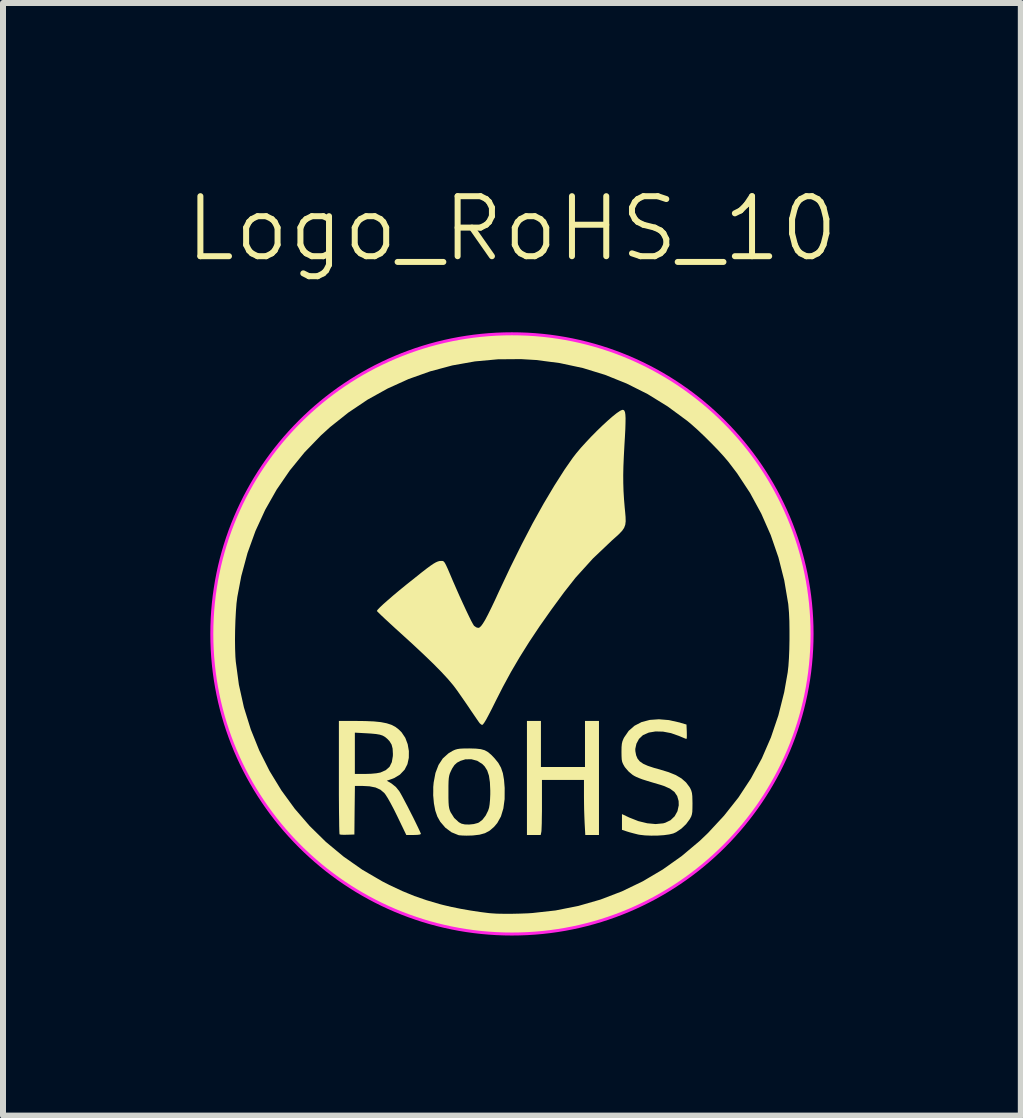
<source format=kicad_pcb>
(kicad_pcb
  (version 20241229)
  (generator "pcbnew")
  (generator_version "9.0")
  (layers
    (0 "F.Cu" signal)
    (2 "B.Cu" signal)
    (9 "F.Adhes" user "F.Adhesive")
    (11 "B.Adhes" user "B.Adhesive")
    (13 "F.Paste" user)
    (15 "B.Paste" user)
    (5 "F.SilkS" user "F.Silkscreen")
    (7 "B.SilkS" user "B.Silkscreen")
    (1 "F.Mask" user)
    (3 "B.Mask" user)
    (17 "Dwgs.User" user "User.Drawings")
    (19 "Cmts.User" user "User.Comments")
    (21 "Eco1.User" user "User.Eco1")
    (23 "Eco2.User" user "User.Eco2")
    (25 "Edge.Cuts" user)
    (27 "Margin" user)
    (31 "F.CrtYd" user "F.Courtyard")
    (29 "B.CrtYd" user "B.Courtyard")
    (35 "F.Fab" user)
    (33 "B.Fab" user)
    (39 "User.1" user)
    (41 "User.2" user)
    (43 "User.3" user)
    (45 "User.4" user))
  (footprint "Logo_RoHS_10"
    (layer "F.Cu")
    (at 5.479 7.511)
    (property "Reference" "Logo_RoHS_10" (at 0 -6.75 0) (unlocked yes) (layer "F.SilkS") (effects (font (size 1 1) (thickness 0.1))))
    (attr smd exclude_from_pos_files exclude_from_bom)
    (fp_poly (pts (xy 0.483 1.833) (xy 0.483 2.217) (xy 0.85 2.217) (xy 1.217 2.217) (xy 1.217 1.833) (xy 1.217 1.45) (xy 1.333 1.45) (xy 1.45 1.45) (xy 1.45 2.4) (xy 1.45 3.35) (xy 1.336 3.35) (xy 1.222 3.35) (xy 1.211 3.147) (xy 1.207 3.052) (xy 1.203 2.937) (xy 1.201 2.816) (xy 1.2 2.703) (xy 1.2 2.689) (xy 1.2 2.433) (xy 0.85 2.433) (xy 0.5 2.433) (xy 0.5 2.84) (xy 0.5 2.956) (xy 0.498 3.063) (xy 0.497 3.157) (xy 0.494 3.231) (xy 0.492 3.281) (xy 0.49 3.298) (xy 0.479 3.35) (xy 0.365 3.35) (xy 0.25 3.35) (xy 0.25 2.4) (xy 0.25 1.45) (xy 0.367 1.45) (xy 0.483 1.45)) (stroke (width 0) (type solid)) (fill yes) (layer "F.SilkS"))
    (fp_poly (pts (xy -0.601 1.911) (xy -0.519 1.92) (xy -0.454 1.938) (xy -0.397 1.97) (xy -0.34 2.019) (xy -0.288 2.074) (xy -0.227 2.149) (xy -0.182 2.23) (xy -0.151 2.321) (xy -0.132 2.431) (xy -0.121 2.566) (xy -0.121 2.571) (xy -0.122 2.753) (xy -0.143 2.908) (xy -0.183 3.041) (xy -0.244 3.151) (xy -0.299 3.216) (xy -0.371 3.278) (xy -0.449 3.32) (xy -0.539 3.345) (xy -0.651 3.358) (xy -0.679 3.359) (xy -0.756 3.361) (xy -0.825 3.359) (xy -0.876 3.355) (xy -0.892 3.352) (xy -1.007 3.305) (xy -1.109 3.229) (xy -1.194 3.13) (xy -1.243 3.043) (xy -1.277 2.944) (xy -1.3 2.823) (xy -1.312 2.689) (xy -1.311 2.63) (xy -1.058 2.63) (xy -1.058 2.633) (xy -1.058 2.735) (xy -1.056 2.809) (xy -1.052 2.864) (xy -1.045 2.905) (xy -1.035 2.94) (xy -1.022 2.971) (xy -0.962 3.066) (xy -0.885 3.137) (xy -0.842 3.161) (xy -0.786 3.174) (xy -0.713 3.176) (xy -0.636 3.168) (xy -0.569 3.15) (xy -0.549 3.141) (xy -0.491 3.096) (xy -0.438 3.027) (xy -0.397 2.945) (xy -0.381 2.896) (xy -0.372 2.841) (xy -0.365 2.764) (xy -0.361 2.674) (xy -0.361 2.608) (xy -0.367 2.472) (xy -0.383 2.362) (xy -0.412 2.275) (xy -0.455 2.207) (xy -0.492 2.169) (xy -0.578 2.114) (xy -0.676 2.088) (xy -0.777 2.09) (xy -0.858 2.115) (xy -0.916 2.146) (xy -0.958 2.185) (xy -0.995 2.241) (xy -1.02 2.292) (xy -1.035 2.327) (xy -1.045 2.362) (xy -1.052 2.403) (xy -1.056 2.456) (xy -1.058 2.53) (xy -1.058 2.63) (xy -1.311 2.63) (xy -1.311 2.551) (xy -1.304 2.475) (xy -1.274 2.316) (xy -1.223 2.183) (xy -1.152 2.075) (xy -1.058 1.99) (xy -0.986 1.947) (xy -0.948 1.93) (xy -0.91 1.919) (xy -0.864 1.912) (xy -0.802 1.909) (xy -0.715 1.908) (xy -0.708 1.908)) (stroke (width 0) (type solid)) (fill yes) (layer "F.SilkS"))
    (fp_poly (pts (xy -2.612 1.45) (xy -2.442 1.452) (xy -2.3 1.458) (xy -2.183 1.47) (xy -2.087 1.489) (xy -2.009 1.514) (xy -1.943 1.548) (xy -1.886 1.592) (xy -1.838 1.64) (xy -1.777 1.731) (xy -1.737 1.837) (xy -1.717 1.951) (xy -1.718 2.065) (xy -1.741 2.17) (xy -1.787 2.26) (xy -1.789 2.263) (xy -1.866 2.344) (xy -1.96 2.401) (xy -2.004 2.418) (xy -2.085 2.446) (xy -2.008 2.491) (xy -1.934 2.55) (xy -1.876 2.622) (xy -1.853 2.661) (xy -1.82 2.721) (xy -1.78 2.797) (xy -1.735 2.882) (xy -1.689 2.973) (xy -1.643 3.063) (xy -1.601 3.149) (xy -1.565 3.223) (xy -1.537 3.283) (xy -1.52 3.321) (xy -1.517 3.333) (xy -1.532 3.342) (xy -1.574 3.348) (xy -1.636 3.35) (xy -1.638 3.35) (xy -1.76 3.35) (xy -1.912 3.034) (xy -1.968 2.921) (xy -2.021 2.821) (xy -2.067 2.739) (xy -2.105 2.679) (xy -2.126 2.651) (xy -2.191 2.596) (xy -2.272 2.559) (xy -2.373 2.539) (xy -2.486 2.533) (xy -2.616 2.533) (xy -2.621 2.938) (xy -2.625 3.342) (xy -2.742 3.346) (xy -2.802 3.347) (xy -2.848 3.345) (xy -2.871 3.34) (xy -2.872 3.34) (xy -2.874 3.321) (xy -2.876 3.272) (xy -2.878 3.196) (xy -2.879 3.096) (xy -2.881 2.975) (xy -2.882 2.835) (xy -2.883 2.68) (xy -2.883 2.513) (xy -2.883 2.389) (xy -2.883 1.989) (xy -2.617 1.989) (xy -2.617 2.333) (xy -2.445 2.333) (xy -2.346 2.33) (xy -2.259 2.322) (xy -2.194 2.31) (xy -2.19 2.309) (xy -2.102 2.27) (xy -2.039 2.214) (xy -2.001 2.136) (xy -1.984 2.035) (xy -1.983 2) (xy -1.988 1.911) (xy -2.005 1.844) (xy -2.039 1.788) (xy -2.078 1.747) (xy -2.114 1.717) (xy -2.152 1.695) (xy -2.2 1.679) (xy -2.264 1.668) (xy -2.35 1.66) (xy -2.416 1.656) (xy -2.617 1.645) (xy -2.617 1.989) (xy -2.883 1.989) (xy -2.883 1.45)) (stroke (width 0) (type solid)) (fill yes) (layer "F.SilkS"))
    (fp_poly (pts (xy 2.616 1.436) (xy 2.798 1.477) (xy 2.809 1.481) (xy 2.908 1.51) (xy 2.913 1.63) (xy 2.914 1.688) (xy 2.913 1.731) (xy 2.908 1.75) (xy 2.908 1.75) (xy 2.888 1.744) (xy 2.847 1.727) (xy 2.792 1.704) (xy 2.783 1.7) (xy 2.65 1.653) (xy 2.518 1.628) (xy 2.392 1.625) (xy 2.28 1.644) (xy 2.186 1.685) (xy 2.18 1.689) (xy 2.117 1.749) (xy 2.074 1.829) (xy 2.055 1.916) (xy 2.056 1.953) (xy 2.069 2.022) (xy 2.092 2.077) (xy 2.129 2.123) (xy 2.186 2.163) (xy 2.264 2.198) (xy 2.37 2.233) (xy 2.458 2.257) (xy 2.609 2.303) (xy 2.73 2.352) (xy 2.826 2.409) (xy 2.901 2.475) (xy 2.959 2.552) (xy 2.972 2.575) (xy 2.988 2.611) (xy 2.999 2.651) (xy 3.005 2.703) (xy 3.007 2.775) (xy 3.008 2.825) (xy 3.007 2.907) (xy 3.005 2.965) (xy 2.998 3.007) (xy 2.987 3.041) (xy 2.968 3.077) (xy 2.963 3.086) (xy 2.901 3.17) (xy 2.822 3.245) (xy 2.736 3.303) (xy 2.687 3.325) (xy 2.62 3.341) (xy 2.531 3.353) (xy 2.427 3.36) (xy 2.319 3.361) (xy 2.217 3.357) (xy 2.13 3.347) (xy 2.102 3.342) (xy 2.03 3.324) (xy 1.956 3.304) (xy 1.914 3.291) (xy 1.833 3.264) (xy 1.833 3.133) (xy 1.833 3.002) (xy 1.954 3.059) (xy 2.106 3.119) (xy 2.254 3.155) (xy 2.394 3.168) (xy 2.52 3.156) (xy 2.555 3.146) (xy 2.642 3.104) (xy 2.711 3.038) (xy 2.758 2.953) (xy 2.779 2.856) (xy 2.777 2.784) (xy 2.753 2.701) (xy 2.707 2.633) (xy 2.633 2.578) (xy 2.531 2.533) (xy 2.476 2.515) (xy 2.35 2.478) (xy 2.251 2.448) (xy 2.175 2.424) (xy 2.117 2.402) (xy 2.072 2.383) (xy 2.035 2.364) (xy 2.007 2.346) (xy 1.945 2.294) (xy 1.89 2.231) (xy 1.875 2.21) (xy 1.852 2.169) (xy 1.837 2.133) (xy 1.829 2.092) (xy 1.826 2.036) (xy 1.825 1.968) (xy 1.826 1.889) (xy 1.831 1.832) (xy 1.841 1.789) (xy 1.858 1.747) (xy 1.87 1.724) (xy 1.945 1.615) (xy 2.042 1.53) (xy 2.16 1.469) (xy 2.296 1.433) (xy 2.448 1.422)) (stroke (width 0) (type solid)) (fill yes) (layer "F.SilkS"))
    (fp_poly (pts (xy 1.861 -3.73) (xy 1.874 -3.717) (xy 1.884 -3.692) (xy 1.89 -3.652) (xy 1.893 -3.594) (xy 1.892 -3.514) (xy 1.889 -3.409) (xy 1.882 -3.277) (xy 1.874 -3.143) (xy 1.864 -2.954) (xy 1.857 -2.79) (xy 1.854 -2.645) (xy 1.855 -2.511) (xy 1.859 -2.38) (xy 1.867 -2.247) (xy 1.879 -2.102) (xy 1.885 -2.042) (xy 1.893 -1.949) (xy 1.895 -1.876) (xy 1.888 -1.818) (xy 1.869 -1.767) (xy 1.836 -1.718) (xy 1.784 -1.663) (xy 1.711 -1.597) (xy 1.664 -1.555) (xy 1.35 -1.257) (xy 1.061 -0.938) (xy 0.869 -0.694) (xy 0.655 -0.402) (xy 0.462 -0.128) (xy 0.288 0.133) (xy 0.13 0.385) (xy -0.016 0.634) (xy -0.151 0.883) (xy -0.27 1.117) (xy -0.335 1.248) (xy -0.388 1.35) (xy -0.429 1.427) (xy -0.461 1.479) (xy -0.483 1.508) (xy -0.498 1.517) (xy -0.518 1.505) (xy -0.537 1.488) (xy -0.554 1.465) (xy -0.586 1.419) (xy -0.629 1.356) (xy -0.681 1.28) (xy -0.729 1.208) (xy -0.791 1.118) (xy -0.853 1.029) (xy -0.91 0.947) (xy -0.958 0.882) (xy -0.983 0.85) (xy -1.066 0.752) (xy -1.175 0.634) (xy -1.31 0.497) (xy -1.471 0.342) (xy -1.657 0.168) (xy -1.846 -0.004) (xy -1.943 -0.092) (xy -2.032 -0.174) (xy -2.11 -0.246) (xy -2.173 -0.305) (xy -2.219 -0.35) (xy -2.245 -0.376) (xy -2.25 -0.383) (xy -2.237 -0.403) (xy -2.201 -0.441) (xy -2.144 -0.495) (xy -2.068 -0.562) (xy -1.977 -0.641) (xy -1.873 -0.728) (xy -1.759 -0.821) (xy -1.725 -0.848) (xy -1.602 -0.946) (xy -1.502 -1.026) (xy -1.422 -1.088) (xy -1.358 -1.135) (xy -1.308 -1.169) (xy -1.268 -1.192) (xy -1.236 -1.206) (xy -1.208 -1.214) (xy -1.182 -1.216) (xy -1.172 -1.216) (xy -1.152 -1.215) (xy -1.136 -1.206) (xy -1.119 -1.185) (xy -1.099 -1.148) (xy -1.072 -1.09) (xy -1.036 -1.006) (xy -0.982 -0.879) (xy -0.926 -0.751) (xy -0.87 -0.624) (xy -0.815 -0.504) (xy -0.764 -0.394) (xy -0.718 -0.298) (xy -0.68 -0.22) (xy -0.65 -0.165) (xy -0.632 -0.136) (xy -0.631 -0.135) (xy -0.594 -0.109) (xy -0.561 -0.1) (xy -0.54 -0.107) (xy -0.514 -0.131) (xy -0.484 -0.172) (xy -0.446 -0.234) (xy -0.401 -0.319) (xy -0.347 -0.428) (xy -0.282 -0.564) (xy -0.218 -0.704) (xy -0.028 -1.107) (xy 0.16 -1.487) (xy 0.345 -1.842) (xy 0.527 -2.169) (xy 0.705 -2.468) (xy 0.877 -2.738) (xy 1.013 -2.933) (xy 1.074 -3.012) (xy 1.148 -3.1) (xy 1.232 -3.192) (xy 1.321 -3.287) (xy 1.414 -3.381) (xy 1.506 -3.47) (xy 1.595 -3.552) (xy 1.675 -3.622) (xy 1.745 -3.678) (xy 1.801 -3.716) (xy 1.838 -3.733) (xy 1.844 -3.733)) (stroke (width 0) (type solid)) (fill yes) (layer "F.SilkS"))
    (fp_poly (pts (xy 0.137 -4.991) (xy 0.256 -4.989) (xy 0.354 -4.987) (xy 0.439 -4.982) (xy 0.517 -4.976) (xy 0.595 -4.967) (xy 0.679 -4.955) (xy 0.7 -4.952) (xy 1.111 -4.874) (xy 1.508 -4.765) (xy 1.891 -4.627) (xy 2.258 -4.46) (xy 2.609 -4.265) (xy 2.942 -4.042) (xy 3.258 -3.792) (xy 3.553 -3.515) (xy 3.829 -3.213) (xy 4.014 -2.979) (xy 4.24 -2.648) (xy 4.437 -2.304) (xy 4.605 -1.947) (xy 4.743 -1.581) (xy 4.852 -1.207) (xy 4.931 -0.826) (xy 4.98 -0.442) (xy 4.999 -0.055) (xy 4.989 0.333) (xy 4.949 0.719) (xy 4.879 1.101) (xy 4.778 1.478) (xy 4.648 1.848) (xy 4.488 2.209) (xy 4.297 2.558) (xy 4.187 2.733) (xy 4.04 2.947) (xy 3.89 3.143) (xy 3.727 3.331) (xy 3.545 3.522) (xy 3.534 3.534) (xy 3.23 3.814) (xy 2.91 4.065) (xy 2.572 4.289) (xy 2.219 4.483) (xy 1.849 4.648) (xy 1.463 4.784) (xy 1.061 4.89) (xy 0.7 4.959) (xy 0.609 4.97) (xy 0.492 4.979) (xy 0.348 4.986) (xy 0.174 4.991) (xy 0.067 4.993) (xy -0.082 4.994) (xy -0.204 4.995) (xy -0.305 4.993) (xy -0.391 4.99) (xy -0.469 4.985) (xy -0.545 4.977) (xy -0.624 4.967) (xy -1.035 4.896) (xy -1.429 4.796) (xy -1.807 4.668) (xy -2.169 4.511) (xy -2.519 4.325) (xy -2.757 4.176) (xy -2.896 4.082) (xy -3.017 3.995) (xy -3.126 3.911) (xy -3.232 3.823) (xy -3.342 3.724) (xy -3.463 3.609) (xy -3.506 3.567) (xy -3.781 3.278) (xy -4.027 2.975) (xy -4.246 2.654) (xy -4.441 2.312) (xy -4.481 2.233) (xy -4.644 1.878) (xy -4.775 1.522) (xy -4.877 1.16) (xy -4.951 0.785) (xy -4.974 0.626) (xy -4.985 0.522) (xy -4.993 0.392) (xy -4.998 0.244) (xy -5 0.099) (xy -4.614 0.099) (xy -4.612 0.25) (xy -4.607 0.384) (xy -4.601 0.46) (xy -4.549 0.847) (xy -4.465 1.225) (xy -4.351 1.591) (xy -4.209 1.944) (xy -4.038 2.284) (xy -3.841 2.607) (xy -3.618 2.913) (xy -3.37 3.2) (xy -3.099 3.466) (xy -2.805 3.71) (xy -2.491 3.93) (xy -2.156 4.125) (xy -2.042 4.183) (xy -1.827 4.284) (xy -1.625 4.367) (xy -1.422 4.437) (xy -1.205 4.501) (xy -1.139 4.518) (xy -1.003 4.55) (xy -0.848 4.581) (xy -0.687 4.609) (xy -0.529 4.633) (xy -0.388 4.651) (xy -0.342 4.655) (xy -0.249 4.661) (xy -0.133 4.663) (xy -0.002 4.663) (xy 0.135 4.66) (xy 0.268 4.655) (xy 0.342 4.65) (xy 0.728 4.607) (xy 1.106 4.532) (xy 1.475 4.426) (xy 1.833 4.289) (xy 2.179 4.122) (xy 2.511 3.926) (xy 2.827 3.702) (xy 3.127 3.45) (xy 3.266 3.317) (xy 3.534 3.028) (xy 3.773 2.726) (xy 3.982 2.408) (xy 4.163 2.074) (xy 4.315 1.724) (xy 4.439 1.357) (xy 4.536 0.971) (xy 4.594 0.642) (xy 4.606 0.536) (xy 4.615 0.405) (xy 4.621 0.257) (xy 4.624 0.099) (xy 4.624 -0.06) (xy 4.622 -0.213) (xy 4.616 -0.352) (xy 4.606 -0.469) (xy 4.603 -0.5) (xy 4.537 -0.891) (xy 4.44 -1.274) (xy 4.312 -1.645) (xy 4.154 -2.004) (xy 3.967 -2.348) (xy 3.752 -2.675) (xy 3.606 -2.867) (xy 3.526 -2.961) (xy 3.428 -3.068) (xy 3.316 -3.183) (xy 3.2 -3.298) (xy 3.085 -3.407) (xy 2.978 -3.502) (xy 2.917 -3.552) (xy 2.595 -3.789) (xy 2.26 -3.996) (xy 1.911 -4.171) (xy 1.551 -4.316) (xy 1.18 -4.43) (xy 0.797 -4.512) (xy 0.405 -4.563) (xy 0.15 -4.578) (xy -0.235 -4.575) (xy -0.616 -4.54) (xy -0.993 -4.473) (xy -1.362 -4.374) (xy -1.722 -4.246) (xy -2.071 -4.088) (xy -2.406 -3.902) (xy -2.726 -3.687) (xy -3.029 -3.446) (xy -3.182 -3.307) (xy -3.455 -3.025) (xy -3.701 -2.723) (xy -3.92 -2.404) (xy -4.111 -2.067) (xy -4.273 -1.714) (xy -4.406 -1.346) (xy -4.509 -0.964) (xy -4.575 -0.617) (xy -4.589 -0.507) (xy -4.599 -0.372) (xy -4.607 -0.22) (xy -4.612 -0.061) (xy -4.614 0.099) (xy -5 0.099) (xy -5 0.084) (xy -5 -0.078) (xy -4.997 -0.237) (xy -4.992 -0.384) (xy -4.984 -0.513) (xy -4.975 -0.609) (xy -4.92 -0.95) (xy -4.848 -1.27) (xy -4.755 -1.579) (xy -4.639 -1.885) (xy -4.497 -2.198) (xy -4.492 -2.209) (xy -4.299 -2.563) (xy -4.078 -2.901) (xy -3.83 -3.22) (xy -3.617 -3.457) (xy -3.325 -3.737) (xy -3.013 -3.992) (xy -2.684 -4.221) (xy -2.339 -4.422) (xy -1.98 -4.595) (xy -1.61 -4.738) (xy -1.231 -4.849) (xy -1.058 -4.889) (xy -0.908 -4.92) (xy -0.776 -4.943) (xy -0.654 -4.962) (xy -0.535 -4.974) (xy -0.41 -4.983) (xy -0.271 -4.988) (xy -0.112 -4.99) (xy -0.008 -4.991)) (stroke (width 0) (type solid)) (fill yes) (layer "F.SilkS"))
    (fp_circle (center 0 0) (end 5 0) (stroke (width 0.05) (type default)) (fill no) (layer "F.CrtYd")))
  (gr_rect
    (start -3 -3)
    (end 13.957 15.536)
    (stroke (width 0.1) (type default))
    (fill no)
    (layer "Edge.Cuts")))
</source>
